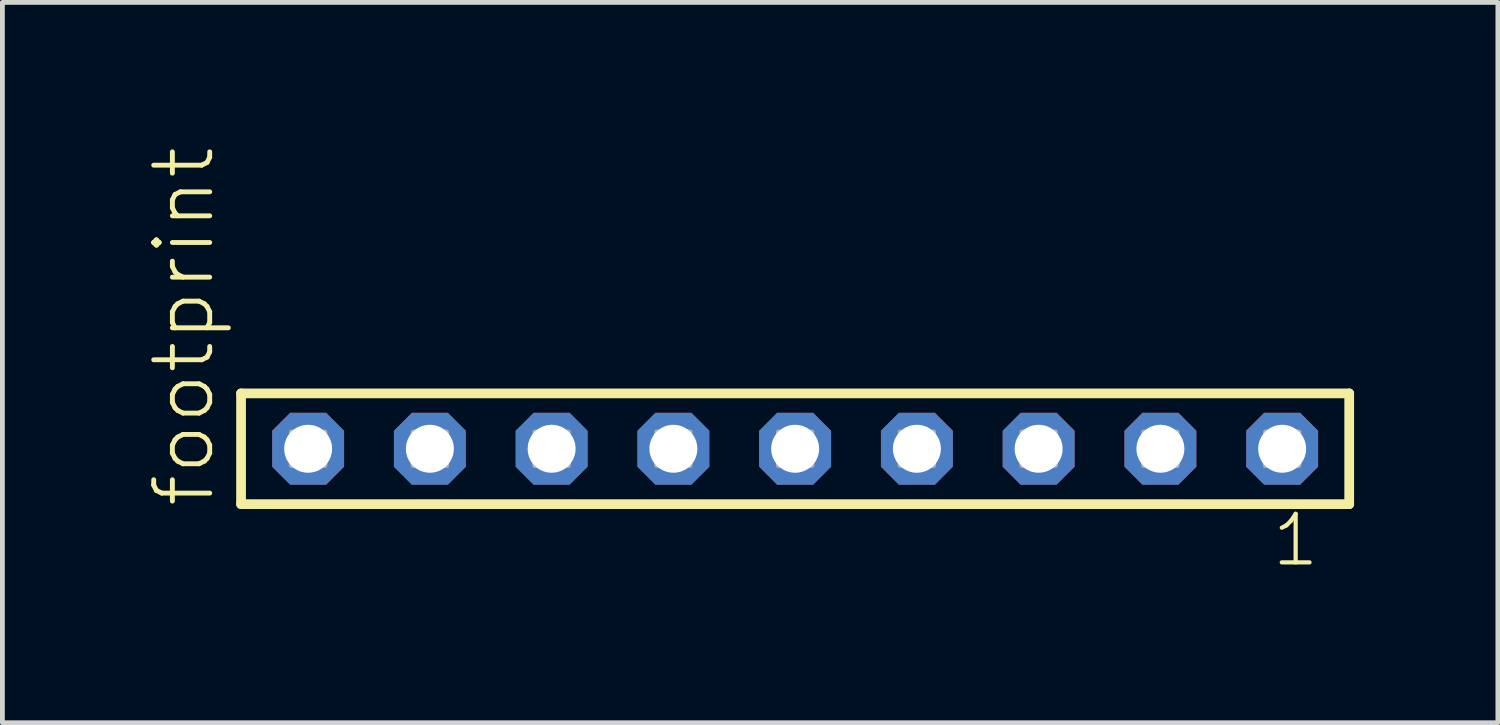
<source format=kicad_pcb>
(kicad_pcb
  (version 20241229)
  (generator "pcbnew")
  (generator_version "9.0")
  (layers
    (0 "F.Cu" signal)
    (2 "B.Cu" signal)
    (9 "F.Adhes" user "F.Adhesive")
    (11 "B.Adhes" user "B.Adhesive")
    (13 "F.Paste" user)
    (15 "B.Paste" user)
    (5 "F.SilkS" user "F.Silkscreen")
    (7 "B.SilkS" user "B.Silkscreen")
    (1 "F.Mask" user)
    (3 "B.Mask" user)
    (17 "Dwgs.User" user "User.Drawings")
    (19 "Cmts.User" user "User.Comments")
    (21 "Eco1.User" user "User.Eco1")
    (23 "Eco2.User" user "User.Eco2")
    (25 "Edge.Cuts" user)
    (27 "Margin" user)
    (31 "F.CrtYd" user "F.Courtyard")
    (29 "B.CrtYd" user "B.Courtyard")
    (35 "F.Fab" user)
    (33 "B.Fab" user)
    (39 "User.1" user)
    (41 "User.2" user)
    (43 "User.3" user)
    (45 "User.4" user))
  (footprint "footprint"
    (layer "F.Cu")
    (at 13.538 6.312)
    (property "Reference" "footprint" (at -12.065 1.27 90) (layer "F.SilkS") (effects (font (size 1.168 1.168) (thickness 0.102)) (justify left bottom)))
    (fp_line (start -11.559 -1.155) (end 11.559 -1.155) (stroke (width 0.203) (type solid)) (layer "F.SilkS"))
    (fp_line (start -11.559 1.155) (end -11.559 -1.155) (stroke (width 0.203) (type solid)) (layer "F.SilkS"))
    (fp_line (start 11.559 -1.155) (end 11.559 1.155) (stroke (width 0.203) (type solid)) (layer "F.SilkS"))
    (fp_line (start 11.559 1.155) (end -11.559 1.155) (stroke (width 0.203) (type solid)) (layer "F.SilkS"))
    (fp_poly (pts (xy -10.51 0.35) (xy -9.81 0.35) (xy -9.81 -0.35) (xy -10.51 -0.35)) (stroke (width 0.1) (type solid)) (fill no) (layer "F.Fab"))
    (fp_poly (pts (xy -7.97 0.35) (xy -7.27 0.35) (xy -7.27 -0.35) (xy -7.97 -0.35)) (stroke (width 0.1) (type solid)) (fill no) (layer "F.Fab"))
    (fp_poly (pts (xy -5.43 0.35) (xy -4.73 0.35) (xy -4.73 -0.35) (xy -5.43 -0.35)) (stroke (width 0.1) (type solid)) (fill no) (layer "F.Fab"))
    (fp_poly (pts (xy -2.89 0.35) (xy -2.19 0.35) (xy -2.19 -0.35) (xy -2.89 -0.35)) (stroke (width 0.1) (type solid)) (fill no) (layer "F.Fab"))
    (fp_poly (pts (xy -0.35 0.35) (xy 0.35 0.35) (xy 0.35 -0.35) (xy -0.35 -0.35)) (stroke (width 0.1) (type solid)) (fill no) (layer "F.Fab"))
    (fp_poly (pts (xy 2.19 0.35) (xy 2.89 0.35) (xy 2.89 -0.35) (xy 2.19 -0.35)) (stroke (width 0.1) (type solid)) (fill no) (layer "F.Fab"))
    (fp_poly (pts (xy 4.73 0.35) (xy 5.43 0.35) (xy 5.43 -0.35) (xy 4.73 -0.35)) (stroke (width 0.1) (type solid)) (fill no) (layer "F.Fab"))
    (fp_poly (pts (xy 7.27 0.35) (xy 7.97 0.35) (xy 7.97 -0.35) (xy 7.27 -0.35)) (stroke (width 0.1) (type solid)) (fill no) (layer "F.Fab"))
    (fp_poly (pts (xy 9.81 0.35) (xy 10.51 0.35) (xy 10.51 -0.35) (xy 9.81 -0.35)) (stroke (width 0.1) (type solid)) (fill no) (layer "F.Fab"))
    (fp_text user "1" (at 9.902 2.498 0) (layer "F.SilkS") (effects (font (size 1.012 1.012) (thickness 0.088)) (justify left bottom)))
    (pad "1" thru_hole roundrect (at 10.16 0 180) (size 1.5 1.5) (drill 1) (layers "*.Cu" "*.Mask") (roundrect_rratio 0.25) (chamfer_ratio 0.25) (chamfer top_left top_right bottom_left bottom_right))
    (pad "2" thru_hole roundrect (at 7.62 0 180) (size 1.5 1.5) (drill 1) (layers "*.Cu" "*.Mask") (roundrect_rratio 0.25) (chamfer_ratio 0.25) (chamfer top_left top_right bottom_left bottom_right))
    (pad "3" thru_hole roundrect (at 5.08 0 180) (size 1.5 1.5) (drill 1) (layers "*.Cu" "*.Mask") (roundrect_rratio 0.25) (chamfer_ratio 0.25) (chamfer top_left top_right bottom_left bottom_right))
    (pad "4" thru_hole roundrect (at 2.54 0 180) (size 1.5 1.5) (drill 1) (layers "*.Cu" "*.Mask") (roundrect_rratio 0.25) (chamfer_ratio 0.25) (chamfer top_left top_right bottom_left bottom_right))
    (pad "5" thru_hole roundrect (at 0 0 180) (size 1.5 1.5) (drill 1) (layers "*.Cu" "*.Mask") (roundrect_rratio 0.25) (chamfer_ratio 0.25) (chamfer top_left top_right bottom_left bottom_right))
    (pad "6" thru_hole roundrect (at -2.54 0 180) (size 1.5 1.5) (drill 1) (layers "*.Cu" "*.Mask") (roundrect_rratio 0.25) (chamfer_ratio 0.25) (chamfer top_left top_right bottom_left bottom_right))
    (pad "7" thru_hole roundrect (at -5.08 0 180) (size 1.5 1.5) (drill 1) (layers "*.Cu" "*.Mask") (roundrect_rratio 0.25) (chamfer_ratio 0.25) (chamfer top_left top_right bottom_left bottom_right))
    (pad "8" thru_hole roundrect (at -7.62 0 180) (size 1.5 1.5) (drill 1) (layers "*.Cu" "*.Mask") (roundrect_rratio 0.25) (chamfer_ratio 0.25) (chamfer top_left top_right bottom_left bottom_right))
    (pad "9" thru_hole roundrect (at -10.16 0 180) (size 1.5 1.5) (drill 1) (layers "*.Cu" "*.Mask") (roundrect_rratio 0.25) (chamfer_ratio 0.25) (chamfer top_left top_right bottom_left bottom_right)))
  (gr_rect
    (start -3 -3)
    (end 28.199 12.027)
    (stroke (width 0.1) (type default))
    (fill no)
    (layer "Edge.Cuts")))
</source>
